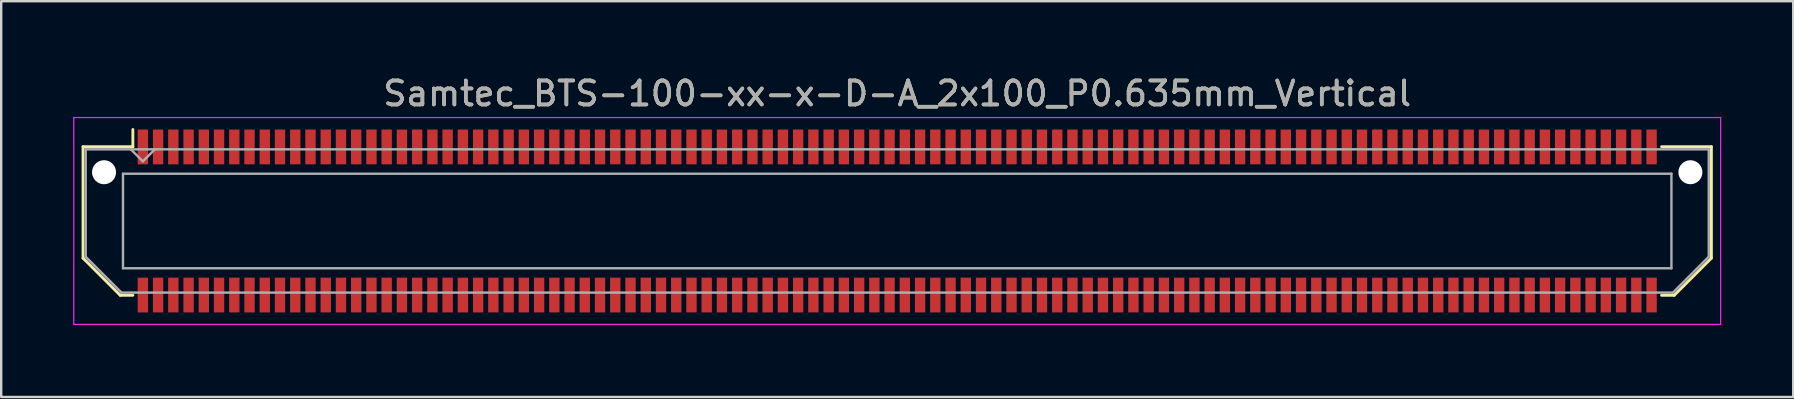
<source format=kicad_pcb>
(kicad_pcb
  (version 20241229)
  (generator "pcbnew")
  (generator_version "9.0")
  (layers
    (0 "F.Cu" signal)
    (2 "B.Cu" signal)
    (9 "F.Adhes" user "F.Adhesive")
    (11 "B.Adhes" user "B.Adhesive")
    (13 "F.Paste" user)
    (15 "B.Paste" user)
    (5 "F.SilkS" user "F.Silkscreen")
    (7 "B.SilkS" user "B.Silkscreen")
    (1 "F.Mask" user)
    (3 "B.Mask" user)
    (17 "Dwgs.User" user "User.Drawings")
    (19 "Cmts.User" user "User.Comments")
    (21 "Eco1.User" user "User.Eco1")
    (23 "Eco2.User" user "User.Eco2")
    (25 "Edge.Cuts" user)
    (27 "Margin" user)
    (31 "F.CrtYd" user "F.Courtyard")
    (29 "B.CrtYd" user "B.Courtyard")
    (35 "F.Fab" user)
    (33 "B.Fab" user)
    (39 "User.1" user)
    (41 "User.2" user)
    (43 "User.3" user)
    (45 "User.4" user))
  (footprint "Samtec_BTS-100-xx-x-D-A_2x100_P0.635mm_Vertical"
    (layer "F.Cu")
    (at 34.335 6.158)
    (property "Reference" "Samtec_BTS-100-xx-x-D-A_2x100_P0.635mm_Vertical" (at 0 -5.31 0) (layer "F.SilkS") (effects (font (size 1 1) (thickness 0.15))))
    (attr smd)
    (fp_line (start -33.925 -3.095) (end -33.925 1.548) (stroke (width 0.12) (type solid)) (layer "F.SilkS"))
    (fp_line (start -33.925 1.548) (end -32.377 3.095) (stroke (width 0.12) (type solid)) (layer "F.SilkS"))
    (fp_line (start -32.377 3.095) (end -31.849 3.095) (stroke (width 0.12) (type solid)) (layer "F.SilkS"))
    (fp_line (start -31.849 -3.811) (end -31.849 -3.095) (stroke (width 0.12) (type solid)) (layer "F.SilkS"))
    (fp_line (start -31.849 -3.095) (end -33.925 -3.095) (stroke (width 0.12) (type solid)) (layer "F.SilkS"))
    (fp_line (start 31.849 -3.095) (end 33.925 -3.095) (stroke (width 0.12) (type solid)) (layer "F.SilkS"))
    (fp_line (start 32.377 3.095) (end 31.849 3.095) (stroke (width 0.12) (type solid)) (layer "F.SilkS"))
    (fp_line (start 33.925 -3.095) (end 33.925 1.548) (stroke (width 0.12) (type solid)) (layer "F.SilkS"))
    (fp_line (start 33.925 1.548) (end 32.377 3.095) (stroke (width 0.12) (type solid)) (layer "F.SilkS"))
    (fp_line (start -34.31 -4.31) (end -34.31 4.31) (stroke (width 0.05) (type solid)) (layer "F.CrtYd"))
    (fp_line (start -34.31 4.31) (end 34.31 4.31) (stroke (width 0.05) (type solid)) (layer "F.CrtYd"))
    (fp_line (start 34.31 -4.31) (end -34.31 -4.31) (stroke (width 0.05) (type solid)) (layer "F.CrtYd"))
    (fp_line (start 34.31 4.31) (end 34.31 -4.31) (stroke (width 0.05) (type solid)) (layer "F.CrtYd"))
    (fp_line (start -33.815 -2.985) (end -33.815 1.492) (stroke (width 0.1) (type solid)) (layer "F.Fab"))
    (fp_line (start -33.815 -2.985) (end 33.815 -2.985) (stroke (width 0.1) (type solid)) (layer "F.Fab"))
    (fp_line (start -33.815 1.492) (end -32.322 2.985) (stroke (width 0.1) (type solid)) (layer "F.Fab"))
    (fp_line (start -32.322 2.985) (end 32.322 2.985) (stroke (width 0.1) (type solid)) (layer "F.Fab"))
    (fp_line (start -32.26 -1.97) (end -32.26 1.97) (stroke (width 0.1) (type solid)) (layer "F.Fab"))
    (fp_line (start -32.26 1.97) (end 32.26 1.97) (stroke (width 0.1) (type solid)) (layer "F.Fab"))
    (fp_line (start -31.433 -2.485) (end -31.933 -2.985) (stroke (width 0.1) (type solid)) (layer "F.Fab"))
    (fp_line (start -30.933 -2.985) (end -31.433 -2.485) (stroke (width 0.1) (type solid)) (layer "F.Fab"))
    (fp_line (start 32.26 -1.97) (end -32.26 -1.97) (stroke (width 0.1) (type solid)) (layer "F.Fab"))
    (fp_line (start 32.26 1.97) (end 32.26 -1.97) (stroke (width 0.1) (type solid)) (layer "F.Fab"))
    (fp_line (start 33.815 -2.985) (end 33.815 1.492) (stroke (width 0.1) (type solid)) (layer "F.Fab"))
    (fp_line (start 33.815 1.492) (end 32.322 2.985) (stroke (width 0.1) (type solid)) (layer "F.Fab"))
    (fp_text user "${REFERENCE}" (at 0 -5.31 0) (layer "F.Fab") (effects (font (size 1 1) (thickness 0.15))))
    (pad "" np_thru_hole circle (at -33.05 -2.032) (size 1 1) (drill 1) (layers "*.Cu" "*.Mask"))
    (pad "" np_thru_hole circle (at 33.05 -2.032) (size 1 1) (drill 1) (layers "*.Cu" "*.Mask"))
    (pad "1" smd rect (at -31.433 -3.086) (size 0.432 1.45) (layers "F.Cu" "F.Mask" "F.Paste"))
    (pad "2" smd rect (at -31.433 3.086) (size 0.432 1.45) (layers "F.Cu" "F.Mask" "F.Paste"))
    (pad "3" smd rect (at -30.797 -3.086) (size 0.432 1.45) (layers "F.Cu" "F.Mask" "F.Paste"))
    (pad "4" smd rect (at -30.797 3.086) (size 0.432 1.45) (layers "F.Cu" "F.Mask" "F.Paste"))
    (pad "5" smd rect (at -30.163 -3.086) (size 0.432 1.45) (layers "F.Cu" "F.Mask" "F.Paste"))
    (pad "6" smd rect (at -30.163 3.086) (size 0.432 1.45) (layers "F.Cu" "F.Mask" "F.Paste"))
    (pad "7" smd rect (at -29.527 -3.086) (size 0.432 1.45) (layers "F.Cu" "F.Mask" "F.Paste"))
    (pad "8" smd rect (at -29.527 3.086) (size 0.432 1.45) (layers "F.Cu" "F.Mask" "F.Paste"))
    (pad "9" smd rect (at -28.892 -3.086) (size 0.432 1.45) (layers "F.Cu" "F.Mask" "F.Paste"))
    (pad "10" smd rect (at -28.892 3.086) (size 0.432 1.45) (layers "F.Cu" "F.Mask" "F.Paste"))
    (pad "11" smd rect (at -28.258 -3.086) (size 0.432 1.45) (layers "F.Cu" "F.Mask" "F.Paste"))
    (pad "12" smd rect (at -28.258 3.086) (size 0.432 1.45) (layers "F.Cu" "F.Mask" "F.Paste"))
    (pad "13" smd rect (at -27.622 -3.086) (size 0.432 1.45) (layers "F.Cu" "F.Mask" "F.Paste"))
    (pad "14" smd rect (at -27.622 3.086) (size 0.432 1.45) (layers "F.Cu" "F.Mask" "F.Paste"))
    (pad "15" smd rect (at -26.988 -3.086) (size 0.432 1.45) (layers "F.Cu" "F.Mask" "F.Paste"))
    (pad "16" smd rect (at -26.988 3.086) (size 0.432 1.45) (layers "F.Cu" "F.Mask" "F.Paste"))
    (pad "17" smd rect (at -26.352 -3.086) (size 0.432 1.45) (layers "F.Cu" "F.Mask" "F.Paste"))
    (pad "18" smd rect (at -26.352 3.086) (size 0.432 1.45) (layers "F.Cu" "F.Mask" "F.Paste"))
    (pad "19" smd rect (at -25.718 -3.086) (size 0.432 1.45) (layers "F.Cu" "F.Mask" "F.Paste"))
    (pad "20" smd rect (at -25.718 3.086) (size 0.432 1.45) (layers "F.Cu" "F.Mask" "F.Paste"))
    (pad "21" smd rect (at -25.082 -3.086) (size 0.432 1.45) (layers "F.Cu" "F.Mask" "F.Paste"))
    (pad "22" smd rect (at -25.082 3.086) (size 0.432 1.45) (layers "F.Cu" "F.Mask" "F.Paste"))
    (pad "23" smd rect (at -24.448 -3.086) (size 0.432 1.45) (layers "F.Cu" "F.Mask" "F.Paste"))
    (pad "24" smd rect (at -24.448 3.086) (size 0.432 1.45) (layers "F.Cu" "F.Mask" "F.Paste"))
    (pad "25" smd rect (at -23.812 -3.086) (size 0.432 1.45) (layers "F.Cu" "F.Mask" "F.Paste"))
    (pad "26" smd rect (at -23.812 3.086) (size 0.432 1.45) (layers "F.Cu" "F.Mask" "F.Paste"))
    (pad "27" smd rect (at -23.177 -3.086) (size 0.432 1.45) (layers "F.Cu" "F.Mask" "F.Paste"))
    (pad "28" smd rect (at -23.177 3.086) (size 0.432 1.45) (layers "F.Cu" "F.Mask" "F.Paste"))
    (pad "29" smd rect (at -22.543 -3.086) (size 0.432 1.45) (layers "F.Cu" "F.Mask" "F.Paste"))
    (pad "30" smd rect (at -22.543 3.086) (size 0.432 1.45) (layers "F.Cu" "F.Mask" "F.Paste"))
    (pad "31" smd rect (at -21.907 -3.086) (size 0.432 1.45) (layers "F.Cu" "F.Mask" "F.Paste"))
    (pad "32" smd rect (at -21.907 3.086) (size 0.432 1.45) (layers "F.Cu" "F.Mask" "F.Paste"))
    (pad "33" smd rect (at -21.273 -3.086) (size 0.432 1.45) (layers "F.Cu" "F.Mask" "F.Paste"))
    (pad "34" smd rect (at -21.273 3.086) (size 0.432 1.45) (layers "F.Cu" "F.Mask" "F.Paste"))
    (pad "35" smd rect (at -20.637 -3.086) (size 0.432 1.45) (layers "F.Cu" "F.Mask" "F.Paste"))
    (pad "36" smd rect (at -20.637 3.086) (size 0.432 1.45) (layers "F.Cu" "F.Mask" "F.Paste"))
    (pad "37" smd rect (at -20.003 -3.086) (size 0.432 1.45) (layers "F.Cu" "F.Mask" "F.Paste"))
    (pad "38" smd rect (at -20.003 3.086) (size 0.432 1.45) (layers "F.Cu" "F.Mask" "F.Paste"))
    (pad "39" smd rect (at -19.367 -3.086) (size 0.432 1.45) (layers "F.Cu" "F.Mask" "F.Paste"))
    (pad "40" smd rect (at -19.367 3.086) (size 0.432 1.45) (layers "F.Cu" "F.Mask" "F.Paste"))
    (pad "41" smd rect (at -18.733 -3.086) (size 0.432 1.45) (layers "F.Cu" "F.Mask" "F.Paste"))
    (pad "42" smd rect (at -18.733 3.086) (size 0.432 1.45) (layers "F.Cu" "F.Mask" "F.Paste"))
    (pad "43" smd rect (at -18.098 -3.086) (size 0.432 1.45) (layers "F.Cu" "F.Mask" "F.Paste"))
    (pad "44" smd rect (at -18.098 3.086) (size 0.432 1.45) (layers "F.Cu" "F.Mask" "F.Paste"))
    (pad "45" smd rect (at -17.462 -3.086) (size 0.432 1.45) (layers "F.Cu" "F.Mask" "F.Paste"))
    (pad "46" smd rect (at -17.462 3.086) (size 0.432 1.45) (layers "F.Cu" "F.Mask" "F.Paste"))
    (pad "47" smd rect (at -16.828 -3.086) (size 0.432 1.45) (layers "F.Cu" "F.Mask" "F.Paste"))
    (pad "48" smd rect (at -16.828 3.086) (size 0.432 1.45) (layers "F.Cu" "F.Mask" "F.Paste"))
    (pad "49" smd rect (at -16.192 -3.086) (size 0.432 1.45) (layers "F.Cu" "F.Mask" "F.Paste"))
    (pad "50" smd rect (at -16.192 3.086) (size 0.432 1.45) (layers "F.Cu" "F.Mask" "F.Paste"))
    (pad "51" smd rect (at -15.557 -3.086) (size 0.432 1.45) (layers "F.Cu" "F.Mask" "F.Paste"))
    (pad "52" smd rect (at -15.557 3.086) (size 0.432 1.45) (layers "F.Cu" "F.Mask" "F.Paste"))
    (pad "53" smd rect (at -14.922 -3.086) (size 0.432 1.45) (layers "F.Cu" "F.Mask" "F.Paste"))
    (pad "54" smd rect (at -14.922 3.086) (size 0.432 1.45) (layers "F.Cu" "F.Mask" "F.Paste"))
    (pad "55" smd rect (at -14.287 -3.086) (size 0.432 1.45) (layers "F.Cu" "F.Mask" "F.Paste"))
    (pad "56" smd rect (at -14.287 3.086) (size 0.432 1.45) (layers "F.Cu" "F.Mask" "F.Paste"))
    (pad "57" smd rect (at -13.652 -3.086) (size 0.432 1.45) (layers "F.Cu" "F.Mask" "F.Paste"))
    (pad "58" smd rect (at -13.652 3.086) (size 0.432 1.45) (layers "F.Cu" "F.Mask" "F.Paste"))
    (pad "59" smd rect (at -13.018 -3.086) (size 0.432 1.45) (layers "F.Cu" "F.Mask" "F.Paste"))
    (pad "60" smd rect (at -13.018 3.086) (size 0.432 1.45) (layers "F.Cu" "F.Mask" "F.Paste"))
    (pad "61" smd rect (at -12.383 -3.086) (size 0.432 1.45) (layers "F.Cu" "F.Mask" "F.Paste"))
    (pad "62" smd rect (at -12.383 3.086) (size 0.432 1.45) (layers "F.Cu" "F.Mask" "F.Paste"))
    (pad "63" smd rect (at -11.748 -3.086) (size 0.432 1.45) (layers "F.Cu" "F.Mask" "F.Paste"))
    (pad "64" smd rect (at -11.748 3.086) (size 0.432 1.45) (layers "F.Cu" "F.Mask" "F.Paste"))
    (pad "65" smd rect (at -11.113 -3.086) (size 0.432 1.45) (layers "F.Cu" "F.Mask" "F.Paste"))
    (pad "66" smd rect (at -11.113 3.086) (size 0.432 1.45) (layers "F.Cu" "F.Mask" "F.Paste"))
    (pad "67" smd rect (at -10.477 -3.086) (size 0.432 1.45) (layers "F.Cu" "F.Mask" "F.Paste"))
    (pad "68" smd rect (at -10.477 3.086) (size 0.432 1.45) (layers "F.Cu" "F.Mask" "F.Paste"))
    (pad "69" smd rect (at -9.842 -3.086) (size 0.432 1.45) (layers "F.Cu" "F.Mask" "F.Paste"))
    (pad "70" smd rect (at -9.842 3.086) (size 0.432 1.45) (layers "F.Cu" "F.Mask" "F.Paste"))
    (pad "71" smd rect (at -9.207 -3.086) (size 0.432 1.45) (layers "F.Cu" "F.Mask" "F.Paste"))
    (pad "72" smd rect (at -9.207 3.086) (size 0.432 1.45) (layers "F.Cu" "F.Mask" "F.Paste"))
    (pad "73" smd rect (at -8.572 -3.086) (size 0.432 1.45) (layers "F.Cu" "F.Mask" "F.Paste"))
    (pad "74" smd rect (at -8.572 3.086) (size 0.432 1.45) (layers "F.Cu" "F.Mask" "F.Paste"))
    (pad "75" smd rect (at -7.938 -3.086) (size 0.432 1.45) (layers "F.Cu" "F.Mask" "F.Paste"))
    (pad "76" smd rect (at -7.938 3.086) (size 0.432 1.45) (layers "F.Cu" "F.Mask" "F.Paste"))
    (pad "77" smd rect (at -7.303 -3.086) (size 0.432 1.45) (layers "F.Cu" "F.Mask" "F.Paste"))
    (pad "78" smd rect (at -7.303 3.086) (size 0.432 1.45) (layers "F.Cu" "F.Mask" "F.Paste"))
    (pad "79" smd rect (at -6.668 -3.086) (size 0.432 1.45) (layers "F.Cu" "F.Mask" "F.Paste"))
    (pad "80" smd rect (at -6.668 3.086) (size 0.432 1.45) (layers "F.Cu" "F.Mask" "F.Paste"))
    (pad "81" smd rect (at -6.032 -3.086) (size 0.432 1.45) (layers "F.Cu" "F.Mask" "F.Paste"))
    (pad "82" smd rect (at -6.032 3.086) (size 0.432 1.45) (layers "F.Cu" "F.Mask" "F.Paste"))
    (pad "83" smd rect (at -5.397 -3.086) (size 0.432 1.45) (layers "F.Cu" "F.Mask" "F.Paste"))
    (pad "84" smd rect (at -5.397 3.086) (size 0.432 1.45) (layers "F.Cu" "F.Mask" "F.Paste"))
    (pad "85" smd rect (at -4.763 -3.086) (size 0.432 1.45) (layers "F.Cu" "F.Mask" "F.Paste"))
    (pad "86" smd rect (at -4.763 3.086) (size 0.432 1.45) (layers "F.Cu" "F.Mask" "F.Paste"))
    (pad "87" smd rect (at -4.128 -3.086) (size 0.432 1.45) (layers "F.Cu" "F.Mask" "F.Paste"))
    (pad "88" smd rect (at -4.128 3.086) (size 0.432 1.45) (layers "F.Cu" "F.Mask" "F.Paste"))
    (pad "89" smd rect (at -3.493 -3.086) (size 0.432 1.45) (layers "F.Cu" "F.Mask" "F.Paste"))
    (pad "90" smd rect (at -3.493 3.086) (size 0.432 1.45) (layers "F.Cu" "F.Mask" "F.Paste"))
    (pad "91" smd rect (at -2.857 -3.086) (size 0.432 1.45) (layers "F.Cu" "F.Mask" "F.Paste"))
    (pad "92" smd rect (at -2.857 3.086) (size 0.432 1.45) (layers "F.Cu" "F.Mask" "F.Paste"))
    (pad "93" smd rect (at -2.223 -3.086) (size 0.432 1.45) (layers "F.Cu" "F.Mask" "F.Paste"))
    (pad "94" smd rect (at -2.223 3.086) (size 0.432 1.45) (layers "F.Cu" "F.Mask" "F.Paste"))
    (pad "95" smd rect (at -1.587 -3.086) (size 0.432 1.45) (layers "F.Cu" "F.Mask" "F.Paste"))
    (pad "96" smd rect (at -1.587 3.086) (size 0.432 1.45) (layers "F.Cu" "F.Mask" "F.Paste"))
    (pad "97" smd rect (at -0.953 -3.086) (size 0.432 1.45) (layers "F.Cu" "F.Mask" "F.Paste"))
    (pad "98" smd rect (at -0.953 3.086) (size 0.432 1.45) (layers "F.Cu" "F.Mask" "F.Paste"))
    (pad "99" smd rect (at -0.318 -3.086) (size 0.432 1.45) (layers "F.Cu" "F.Mask" "F.Paste"))
    (pad "100" smd rect (at -0.318 3.086) (size 0.432 1.45) (layers "F.Cu" "F.Mask" "F.Paste"))
    (pad "101" smd rect (at 0.318 -3.086) (size 0.432 1.45) (layers "F.Cu" "F.Mask" "F.Paste"))
    (pad "102" smd rect (at 0.318 3.086) (size 0.432 1.45) (layers "F.Cu" "F.Mask" "F.Paste"))
    (pad "103" smd rect (at 0.953 -3.086) (size 0.432 1.45) (layers "F.Cu" "F.Mask" "F.Paste"))
    (pad "104" smd rect (at 0.953 3.086) (size 0.432 1.45) (layers "F.Cu" "F.Mask" "F.Paste"))
    (pad "105" smd rect (at 1.587 -3.086) (size 0.432 1.45) (layers "F.Cu" "F.Mask" "F.Paste"))
    (pad "106" smd rect (at 1.587 3.086) (size 0.432 1.45) (layers "F.Cu" "F.Mask" "F.Paste"))
    (pad "107" smd rect (at 2.223 -3.086) (size 0.432 1.45) (layers "F.Cu" "F.Mask" "F.Paste"))
    (pad "108" smd rect (at 2.223 3.086) (size 0.432 1.45) (layers "F.Cu" "F.Mask" "F.Paste"))
    (pad "109" smd rect (at 2.857 -3.086) (size 0.432 1.45) (layers "F.Cu" "F.Mask" "F.Paste"))
    (pad "110" smd rect (at 2.857 3.086) (size 0.432 1.45) (layers "F.Cu" "F.Mask" "F.Paste"))
    (pad "111" smd rect (at 3.493 -3.086) (size 0.432 1.45) (layers "F.Cu" "F.Mask" "F.Paste"))
    (pad "112" smd rect (at 3.493 3.086) (size 0.432 1.45) (layers "F.Cu" "F.Mask" "F.Paste"))
    (pad "113" smd rect (at 4.128 -3.086) (size 0.432 1.45) (layers "F.Cu" "F.Mask" "F.Paste"))
    (pad "114" smd rect (at 4.128 3.086) (size 0.432 1.45) (layers "F.Cu" "F.Mask" "F.Paste"))
    (pad "115" smd rect (at 4.763 -3.086) (size 0.432 1.45) (layers "F.Cu" "F.Mask" "F.Paste"))
    (pad "116" smd rect (at 4.763 3.086) (size 0.432 1.45) (layers "F.Cu" "F.Mask" "F.Paste"))
    (pad "117" smd rect (at 5.397 -3.086) (size 0.432 1.45) (layers "F.Cu" "F.Mask" "F.Paste"))
    (pad "118" smd rect (at 5.397 3.086) (size 0.432 1.45) (layers "F.Cu" "F.Mask" "F.Paste"))
    (pad "119" smd rect (at 6.032 -3.086) (size 0.432 1.45) (layers "F.Cu" "F.Mask" "F.Paste"))
    (pad "120" smd rect (at 6.032 3.086) (size 0.432 1.45) (layers "F.Cu" "F.Mask" "F.Paste"))
    (pad "121" smd rect (at 6.668 -3.086) (size 0.432 1.45) (layers "F.Cu" "F.Mask" "F.Paste"))
    (pad "122" smd rect (at 6.668 3.086) (size 0.432 1.45) (layers "F.Cu" "F.Mask" "F.Paste"))
    (pad "123" smd rect (at 7.303 -3.086) (size 0.432 1.45) (layers "F.Cu" "F.Mask" "F.Paste"))
    (pad "124" smd rect (at 7.303 3.086) (size 0.432 1.45) (layers "F.Cu" "F.Mask" "F.Paste"))
    (pad "125" smd rect (at 7.938 -3.086) (size 0.432 1.45) (layers "F.Cu" "F.Mask" "F.Paste"))
    (pad "126" smd rect (at 7.938 3.086) (size 0.432 1.45) (layers "F.Cu" "F.Mask" "F.Paste"))
    (pad "127" smd rect (at 8.572 -3.086) (size 0.432 1.45) (layers "F.Cu" "F.Mask" "F.Paste"))
    (pad "128" smd rect (at 8.572 3.086) (size 0.432 1.45) (layers "F.Cu" "F.Mask" "F.Paste"))
    (pad "129" smd rect (at 9.207 -3.086) (size 0.432 1.45) (layers "F.Cu" "F.Mask" "F.Paste"))
    (pad "130" smd rect (at 9.207 3.086) (size 0.432 1.45) (layers "F.Cu" "F.Mask" "F.Paste"))
    (pad "131" smd rect (at 9.842 -3.086) (size 0.432 1.45) (layers "F.Cu" "F.Mask" "F.Paste"))
    (pad "132" smd rect (at 9.842 3.086) (size 0.432 1.45) (layers "F.Cu" "F.Mask" "F.Paste"))
    (pad "133" smd rect (at 10.477 -3.086) (size 0.432 1.45) (layers "F.Cu" "F.Mask" "F.Paste"))
    (pad "134" smd rect (at 10.477 3.086) (size 0.432 1.45) (layers "F.Cu" "F.Mask" "F.Paste"))
    (pad "135" smd rect (at 11.113 -3.086) (size 0.432 1.45) (layers "F.Cu" "F.Mask" "F.Paste"))
    (pad "136" smd rect (at 11.113 3.086) (size 0.432 1.45) (layers "F.Cu" "F.Mask" "F.Paste"))
    (pad "137" smd rect (at 11.748 -3.086) (size 0.432 1.45) (layers "F.Cu" "F.Mask" "F.Paste"))
    (pad "138" smd rect (at 11.748 3.086) (size 0.432 1.45) (layers "F.Cu" "F.Mask" "F.Paste"))
    (pad "139" smd rect (at 12.383 -3.086) (size 0.432 1.45) (layers "F.Cu" "F.Mask" "F.Paste"))
    (pad "140" smd rect (at 12.383 3.086) (size 0.432 1.45) (layers "F.Cu" "F.Mask" "F.Paste"))
    (pad "141" smd rect (at 13.018 -3.086) (size 0.432 1.45) (layers "F.Cu" "F.Mask" "F.Paste"))
    (pad "142" smd rect (at 13.018 3.086) (size 0.432 1.45) (layers "F.Cu" "F.Mask" "F.Paste"))
    (pad "143" smd rect (at 13.652 -3.086) (size 0.432 1.45) (layers "F.Cu" "F.Mask" "F.Paste"))
    (pad "144" smd rect (at 13.652 3.086) (size 0.432 1.45) (layers "F.Cu" "F.Mask" "F.Paste"))
    (pad "145" smd rect (at 14.287 -3.086) (size 0.432 1.45) (layers "F.Cu" "F.Mask" "F.Paste"))
    (pad "146" smd rect (at 14.287 3.086) (size 0.432 1.45) (layers "F.Cu" "F.Mask" "F.Paste"))
    (pad "147" smd rect (at 14.922 -3.086) (size 0.432 1.45) (layers "F.Cu" "F.Mask" "F.Paste"))
    (pad "148" smd rect (at 14.922 3.086) (size 0.432 1.45) (layers "F.Cu" "F.Mask" "F.Paste"))
    (pad "149" smd rect (at 15.557 -3.086) (size 0.432 1.45) (layers "F.Cu" "F.Mask" "F.Paste"))
    (pad "150" smd rect (at 15.557 3.086) (size 0.432 1.45) (layers "F.Cu" "F.Mask" "F.Paste"))
    (pad "151" smd rect (at 16.192 -3.086) (size 0.432 1.45) (layers "F.Cu" "F.Mask" "F.Paste"))
    (pad "152" smd rect (at 16.192 3.086) (size 0.432 1.45) (layers "F.Cu" "F.Mask" "F.Paste"))
    (pad "153" smd rect (at 16.828 -3.086) (size 0.432 1.45) (layers "F.Cu" "F.Mask" "F.Paste"))
    (pad "154" smd rect (at 16.828 3.086) (size 0.432 1.45) (layers "F.Cu" "F.Mask" "F.Paste"))
    (pad "155" smd rect (at 17.462 -3.086) (size 0.432 1.45) (layers "F.Cu" "F.Mask" "F.Paste"))
    (pad "156" smd rect (at 17.462 3.086) (size 0.432 1.45) (layers "F.Cu" "F.Mask" "F.Paste"))
    (pad "157" smd rect (at 18.098 -3.086) (size 0.432 1.45) (layers "F.Cu" "F.Mask" "F.Paste"))
    (pad "158" smd rect (at 18.098 3.086) (size 0.432 1.45) (layers "F.Cu" "F.Mask" "F.Paste"))
    (pad "159" smd rect (at 18.733 -3.086) (size 0.432 1.45) (layers "F.Cu" "F.Mask" "F.Paste"))
    (pad "160" smd rect (at 18.733 3.086) (size 0.432 1.45) (layers "F.Cu" "F.Mask" "F.Paste"))
    (pad "161" smd rect (at 19.367 -3.086) (size 0.432 1.45) (layers "F.Cu" "F.Mask" "F.Paste"))
    (pad "162" smd rect (at 19.367 3.086) (size 0.432 1.45) (layers "F.Cu" "F.Mask" "F.Paste"))
    (pad "163" smd rect (at 20.003 -3.086) (size 0.432 1.45) (layers "F.Cu" "F.Mask" "F.Paste"))
    (pad "164" smd rect (at 20.003 3.086) (size 0.432 1.45) (layers "F.Cu" "F.Mask" "F.Paste"))
    (pad "165" smd rect (at 20.637 -3.086) (size 0.432 1.45) (layers "F.Cu" "F.Mask" "F.Paste"))
    (pad "166" smd rect (at 20.637 3.086) (size 0.432 1.45) (layers "F.Cu" "F.Mask" "F.Paste"))
    (pad "167" smd rect (at 21.273 -3.086) (size 0.432 1.45) (layers "F.Cu" "F.Mask" "F.Paste"))
    (pad "168" smd rect (at 21.273 3.086) (size 0.432 1.45) (layers "F.Cu" "F.Mask" "F.Paste"))
    (pad "169" smd rect (at 21.907 -3.086) (size 0.432 1.45) (layers "F.Cu" "F.Mask" "F.Paste"))
    (pad "170" smd rect (at 21.907 3.086) (size 0.432 1.45) (layers "F.Cu" "F.Mask" "F.Paste"))
    (pad "171" smd rect (at 22.543 -3.086) (size 0.432 1.45) (layers "F.Cu" "F.Mask" "F.Paste"))
    (pad "172" smd rect (at 22.543 3.086) (size 0.432 1.45) (layers "F.Cu" "F.Mask" "F.Paste"))
    (pad "173" smd rect (at 23.177 -3.086) (size 0.432 1.45) (layers "F.Cu" "F.Mask" "F.Paste"))
    (pad "174" smd rect (at 23.177 3.086) (size 0.432 1.45) (layers "F.Cu" "F.Mask" "F.Paste"))
    (pad "175" smd rect (at 23.812 -3.086) (size 0.432 1.45) (layers "F.Cu" "F.Mask" "F.Paste"))
    (pad "176" smd rect (at 23.812 3.086) (size 0.432 1.45) (layers "F.Cu" "F.Mask" "F.Paste"))
    (pad "177" smd rect (at 24.448 -3.086) (size 0.432 1.45) (layers "F.Cu" "F.Mask" "F.Paste"))
    (pad "178" smd rect (at 24.448 3.086) (size 0.432 1.45) (layers "F.Cu" "F.Mask" "F.Paste"))
    (pad "179" smd rect (at 25.082 -3.086) (size 0.432 1.45) (layers "F.Cu" "F.Mask" "F.Paste"))
    (pad "180" smd rect (at 25.082 3.086) (size 0.432 1.45) (layers "F.Cu" "F.Mask" "F.Paste"))
    (pad "181" smd rect (at 25.718 -3.086) (size 0.432 1.45) (layers "F.Cu" "F.Mask" "F.Paste"))
    (pad "182" smd rect (at 25.718 3.086) (size 0.432 1.45) (layers "F.Cu" "F.Mask" "F.Paste"))
    (pad "183" smd rect (at 26.352 -3.086) (size 0.432 1.45) (layers "F.Cu" "F.Mask" "F.Paste"))
    (pad "184" smd rect (at 26.352 3.086) (size 0.432 1.45) (layers "F.Cu" "F.Mask" "F.Paste"))
    (pad "185" smd rect (at 26.988 -3.086) (size 0.432 1.45) (layers "F.Cu" "F.Mask" "F.Paste"))
    (pad "186" smd rect (at 26.988 3.086) (size 0.432 1.45) (layers "F.Cu" "F.Mask" "F.Paste"))
    (pad "187" smd rect (at 27.622 -3.086) (size 0.432 1.45) (layers "F.Cu" "F.Mask" "F.Paste"))
    (pad "188" smd rect (at 27.622 3.086) (size 0.432 1.45) (layers "F.Cu" "F.Mask" "F.Paste"))
    (pad "189" smd rect (at 28.258 -3.086) (size 0.432 1.45) (layers "F.Cu" "F.Mask" "F.Paste"))
    (pad "190" smd rect (at 28.258 3.086) (size 0.432 1.45) (layers "F.Cu" "F.Mask" "F.Paste"))
    (pad "191" smd rect (at 28.892 -3.086) (size 0.432 1.45) (layers "F.Cu" "F.Mask" "F.Paste"))
    (pad "192" smd rect (at 28.892 3.086) (size 0.432 1.45) (layers "F.Cu" "F.Mask" "F.Paste"))
    (pad "193" smd rect (at 29.527 -3.086) (size 0.432 1.45) (layers "F.Cu" "F.Mask" "F.Paste"))
    (pad "194" smd rect (at 29.527 3.086) (size 0.432 1.45) (layers "F.Cu" "F.Mask" "F.Paste"))
    (pad "195" smd rect (at 30.163 -3.086) (size 0.432 1.45) (layers "F.Cu" "F.Mask" "F.Paste"))
    (pad "196" smd rect (at 30.163 3.086) (size 0.432 1.45) (layers "F.Cu" "F.Mask" "F.Paste"))
    (pad "197" smd rect (at 30.797 -3.086) (size 0.432 1.45) (layers "F.Cu" "F.Mask" "F.Paste"))
    (pad "198" smd rect (at 30.797 3.086) (size 0.432 1.45) (layers "F.Cu" "F.Mask" "F.Paste"))
    (pad "199" smd rect (at 31.433 -3.086) (size 0.432 1.45) (layers "F.Cu" "F.Mask" "F.Paste"))
    (pad "200" smd rect (at 31.433 3.086) (size 0.432 1.45) (layers "F.Cu" "F.Mask" "F.Paste")))
  (gr_rect
    (start -3 -3)
    (end 71.67 13.493)
    (stroke (width 0.1) (type default))
    (fill no)
    (layer "Edge.Cuts")))
</source>
